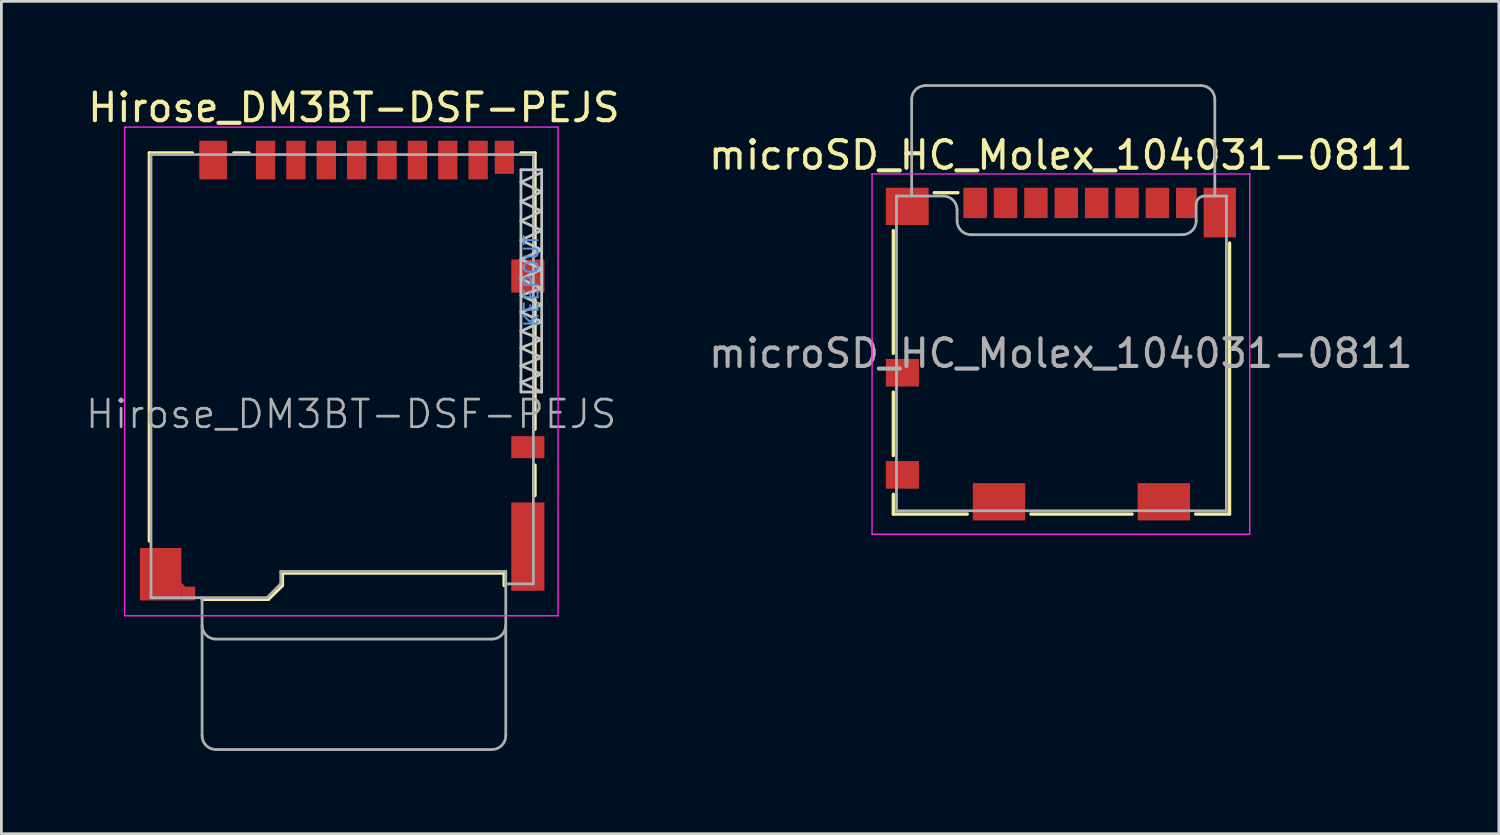
<source format=kicad_pcb>
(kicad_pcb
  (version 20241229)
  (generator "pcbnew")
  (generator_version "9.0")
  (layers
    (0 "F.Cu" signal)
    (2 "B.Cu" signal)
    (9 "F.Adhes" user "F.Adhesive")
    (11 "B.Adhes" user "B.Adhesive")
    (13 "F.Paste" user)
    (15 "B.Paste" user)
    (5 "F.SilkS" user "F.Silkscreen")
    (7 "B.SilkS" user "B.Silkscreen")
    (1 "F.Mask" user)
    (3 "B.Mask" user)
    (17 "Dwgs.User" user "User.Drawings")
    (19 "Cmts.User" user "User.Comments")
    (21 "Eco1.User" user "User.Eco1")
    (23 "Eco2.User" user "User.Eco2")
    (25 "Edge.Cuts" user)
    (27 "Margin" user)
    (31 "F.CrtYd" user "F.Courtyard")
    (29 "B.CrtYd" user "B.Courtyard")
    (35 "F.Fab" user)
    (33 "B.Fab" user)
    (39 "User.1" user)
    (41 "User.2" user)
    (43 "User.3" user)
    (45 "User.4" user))
  (footprint "Hirose_DM3BT-DSF-PEJS"
    (layer "F.Cu")
    (at 9.344 10.373)
    (property "Reference" "Hirose_DM3BT-DSF-PEJS" (at 0.425 -9.525 0) (layer "F.SilkS") (effects (font (size 1 1) (thickness 0.15))))
    (attr smd)
    (fp_line (start -6.985 -7.885) (end -6.985 6.175) (stroke (width 0.12) (type solid)) (layer "F.SilkS"))
    (fp_line (start -6.985 -7.885) (end -5.425 -7.885) (stroke (width 0.12) (type solid)) (layer "F.SilkS"))
    (fp_line (start -5.075 8.285) (end -2.675 8.285) (stroke (width 0.12) (type solid)) (layer "F.SilkS"))
    (fp_line (start -3.375 -7.885) (end -3.925 -7.885) (stroke (width 0.12) (type solid)) (layer "F.SilkS"))
    (fp_line (start -2.665 8.275) (end -2.165 7.785) (stroke (width 0.12) (type solid)) (layer "F.SilkS"))
    (fp_line (start -2.165 7.335) (end -2.165 7.785) (stroke (width 0.12) (type solid)) (layer "F.SilkS"))
    (fp_line (start 5.865 7.335) (end -2.165 7.335) (stroke (width 0.12) (type solid)) (layer "F.SilkS"))
    (fp_line (start 5.865 7.335) (end 5.865 7.785) (stroke (width 0.12) (type solid)) (layer "F.SilkS"))
    (fp_line (start 6.475 -7.885) (end 6.985 -7.885) (stroke (width 0.12) (type solid)) (layer "F.SilkS"))
    (fp_line (start 6.985 -7.885) (end 6.985 -4.275) (stroke (width 0.12) (type solid)) (layer "F.SilkS"))
    (fp_line (start 6.985 -2.575) (end 6.985 2.125) (stroke (width 0.12) (type solid)) (layer "F.SilkS"))
    (fp_line (start 6.985 3.425) (end 6.985 4.525) (stroke (width 0.12) (type solid)) (layer "F.SilkS"))
    (fp_line (start 6.475 -6.825) (end 7.225 -7.175) (stroke (width 0.1) (type solid)) (layer "Dwgs.User"))
    (fp_line (start 6.475 -6.125) (end 7.225 -6.475) (stroke (width 0.1) (type solid)) (layer "Dwgs.User"))
    (fp_line (start 6.475 -5.425) (end 7.225 -5.775) (stroke (width 0.1) (type solid)) (layer "Dwgs.User"))
    (fp_line (start 6.475 -4.725) (end 7.225 -5.075) (stroke (width 0.1) (type solid)) (layer "Dwgs.User"))
    (fp_line (start 6.475 -4.025) (end 7.225 -4.375) (stroke (width 0.1) (type solid)) (layer "Dwgs.User"))
    (fp_line (start 6.475 -3.325) (end 7.225 -3.675) (stroke (width 0.1) (type solid)) (layer "Dwgs.User"))
    (fp_line (start 6.475 -2.725) (end 7.225 -2.975) (stroke (width 0.1) (type solid)) (layer "Dwgs.User"))
    (fp_line (start 6.475 -2.125) (end 7.225 -2.375) (stroke (width 0.1) (type solid)) (layer "Dwgs.User"))
    (fp_line (start 6.475 -1.425) (end 7.225 -1.775) (stroke (width 0.1) (type solid)) (layer "Dwgs.User"))
    (fp_line (start 6.475 -0.825) (end 7.225 -1.125) (stroke (width 0.1) (type solid)) (layer "Dwgs.User"))
    (fp_line (start 6.475 -0.175) (end 7.225 -0.475) (stroke (width 0.1) (type solid)) (layer "Dwgs.User"))
    (fp_line (start 6.475 0.425) (end 7.225 0.125) (stroke (width 0.1) (type solid)) (layer "Dwgs.User"))
    (fp_line (start 6.475 0.775) (end 6.475 -7.275) (stroke (width 0.1) (type solid)) (layer "Dwgs.User"))
    (fp_line (start 7.225 -7.275) (end 6.475 -7.275) (stroke (width 0.1) (type solid)) (layer "Dwgs.User"))
    (fp_line (start 7.225 -6.475) (end 6.475 -6.825) (stroke (width 0.1) (type solid)) (layer "Dwgs.User"))
    (fp_line (start 7.225 -5.775) (end 6.475 -6.125) (stroke (width 0.1) (type solid)) (layer "Dwgs.User"))
    (fp_line (start 7.225 -5.075) (end 6.475 -5.425) (stroke (width 0.1) (type solid)) (layer "Dwgs.User"))
    (fp_line (start 7.225 -4.375) (end 6.475 -4.725) (stroke (width 0.1) (type solid)) (layer "Dwgs.User"))
    (fp_line (start 7.225 -3.675) (end 6.475 -4.025) (stroke (width 0.1) (type solid)) (layer "Dwgs.User"))
    (fp_line (start 7.225 -2.975) (end 6.475 -3.325) (stroke (width 0.1) (type solid)) (layer "Dwgs.User"))
    (fp_line (start 7.225 -2.375) (end 6.475 -2.725) (stroke (width 0.1) (type solid)) (layer "Dwgs.User"))
    (fp_line (start 7.225 -1.775) (end 6.475 -2.125) (stroke (width 0.1) (type solid)) (layer "Dwgs.User"))
    (fp_line (start 7.225 -1.125) (end 6.475 -1.425) (stroke (width 0.1) (type solid)) (layer "Dwgs.User"))
    (fp_line (start 7.225 -0.475) (end 6.475 -0.825) (stroke (width 0.1) (type solid)) (layer "Dwgs.User"))
    (fp_line (start 7.225 0.125) (end 6.475 -0.175) (stroke (width 0.1) (type solid)) (layer "Dwgs.User"))
    (fp_line (start 7.225 0.775) (end 6.475 0.425) (stroke (width 0.1) (type solid)) (layer "Dwgs.User"))
    (fp_line (start 7.225 0.775) (end 6.475 0.775) (stroke (width 0.1) (type solid)) (layer "Dwgs.User"))
    (fp_line (start 7.225 0.775) (end 7.225 -7.275) (stroke (width 0.1) (type solid)) (layer "Dwgs.User"))
    (fp_line (start -7.88 -8.82) (end 7.82 -8.82) (stroke (width 0.05) (type solid)) (layer "F.CrtYd"))
    (fp_line (start -7.88 8.88) (end -7.88 -8.82) (stroke (width 0.05) (type solid)) (layer "F.CrtYd"))
    (fp_line (start 7.82 -8.82) (end 7.82 8.88) (stroke (width 0.05) (type solid)) (layer "F.CrtYd"))
    (fp_line (start 7.82 8.88) (end -7.88 8.88) (stroke (width 0.05) (type solid)) (layer "F.CrtYd"))
    (fp_line (start -6.925 -7.825) (end 6.925 -7.825) (stroke (width 0.1) (type solid)) (layer "F.Fab"))
    (fp_line (start -6.925 8.225) (end -6.925 -7.825) (stroke (width 0.1) (type solid)) (layer "F.Fab"))
    (fp_line (start -6.925 8.225) (end -2.725 8.225) (stroke (width 0.1) (type solid)) (layer "F.Fab"))
    (fp_line (start -5.075 8.225) (end -5.075 13.225) (stroke (width 0.1) (type solid)) (layer "F.Fab"))
    (fp_line (start -4.575 9.725) (end 5.425 9.725) (stroke (width 0.1) (type solid)) (layer "F.Fab"))
    (fp_line (start -4.575 13.725) (end 5.425 13.725) (stroke (width 0.1) (type solid)) (layer "F.Fab"))
    (fp_line (start -2.225 7.275) (end -2.225 7.725) (stroke (width 0.1) (type solid)) (layer "F.Fab"))
    (fp_line (start -2.225 7.275) (end 5.925 7.275) (stroke (width 0.1) (type solid)) (layer "F.Fab"))
    (fp_line (start -2.225 7.725) (end -2.725 8.225) (stroke (width 0.1) (type solid)) (layer "F.Fab"))
    (fp_line (start 5.925 13.225) (end 5.925 7.275) (stroke (width 0.1) (type solid)) (layer "F.Fab"))
    (fp_line (start 6.925 7.725) (end 5.925 7.725) (stroke (width 0.1) (type solid)) (layer "F.Fab"))
    (fp_line (start 6.925 7.725) (end 6.925 -7.825) (stroke (width 0.1) (type solid)) (layer "F.Fab"))
    (fp_arc (start -4.575 9.725) (mid -4.928553 9.578553) (end -5.075 9.225) (stroke (width 0.1) (type solid)) (layer "F.Fab"))
    (fp_arc (start -4.575 13.725) (mid -4.928553 13.578553) (end -5.075 13.225) (stroke (width 0.1) (type solid)) (layer "F.Fab"))
    (fp_arc (start 5.925 9.225) (mid 5.778553 9.578553) (end 5.425 9.725) (stroke (width 0.1) (type solid)) (layer "F.Fab"))
    (fp_arc (start 5.925 13.225) (mid 5.778553 13.578553) (end 5.425 13.725) (stroke (width 0.1) (type solid)) (layer "F.Fab"))
    (fp_text user "KEEPOUT" (at 6.85 -3.25 90) (layer "Cmts.User") (effects (font (size 0.5 0.5) (thickness 0.07))))
    (fp_text user "${REFERENCE}" (at 0.325 1.575 0) (layer "F.Fab") (effects (font (size 1 1) (thickness 0.1))))
    (pad "1" smd rect (at -2.775 -7.625) (size 0.7 1.4) (layers "F.Cu" "F.Mask" "F.Paste"))
    (pad "2" smd rect (at -1.675 -7.625) (size 0.7 1.4) (layers "F.Cu" "F.Mask" "F.Paste"))
    (pad "3" smd rect (at -0.575 -7.625) (size 0.7 1.4) (layers "F.Cu" "F.Mask" "F.Paste"))
    (pad "4" smd rect (at 0.525 -7.625) (size 0.7 1.4) (layers "F.Cu" "F.Mask" "F.Paste"))
    (pad "5" smd rect (at 1.625 -7.625) (size 0.7 1.4) (layers "F.Cu" "F.Mask" "F.Paste"))
    (pad "6" smd rect (at 2.725 -7.625) (size 0.7 1.4) (layers "F.Cu" "F.Mask" "F.Paste"))
    (pad "7" smd rect (at 3.825 -7.625) (size 0.7 1.4) (layers "F.Cu" "F.Mask" "F.Paste"))
    (pad "8" smd rect (at 4.925 -7.625) (size 0.7 1.4) (layers "F.Cu" "F.Mask" "F.Paste"))
    (pad "9" smd rect (at 5.875 -7.725) (size 0.7 1.2) (layers "F.Cu" "F.Mask" "F.Paste"))
    (pad "10" smd rect (at 6.725 2.775) (size 1.2 0.8) (layers "F.Cu" "F.Mask" "F.Paste"))
    (pad "11" smd rect (at -6.575 7.375) (size 1.5 1.9) (layers "F.Cu" "F.Mask" "F.Paste"))
    (pad "11" smd rect (at -5.825 7.825 45) (size 0.2 0.2) (layers "F.Cu" "F.Mask" "F.Paste"))
    (pad "11" smd rect (at -5.575 8.075) (size 0.5 0.5) (layers "F.Cu" "F.Mask" "F.Paste"))
    (pad "11" smd rect (at -4.675 -7.625) (size 1 1.4) (layers "F.Cu" "F.Mask" "F.Paste"))
    (pad "11" smd rect (at 6.725 -3.425) (size 1.2 1.2) (layers "F.Cu" "F.Mask" "F.Paste"))
    (pad "11" smd rect (at 6.725 6.375) (size 1.2 3.2) (layers "F.Cu" "F.Mask" "F.Paste")))
  (footprint "microSD_HC_Molex_104031-0811"
    (layer "F.Cu")
    (at 35.376 9.75)
    (property "Reference" "microSD_HC_Molex_104031-0811" (at 0 -7.18 0) (layer "F.SilkS") (effects (font (size 1 1) (thickness 0.15))))
    (attr smd)
    (fp_line (start -6.07 -4.45) (end -6.07 0) (stroke (width 0.12) (type solid)) (layer "F.SilkS"))
    (fp_line (start -6.07 1.4) (end -6.07 3.7) (stroke (width 0.12) (type solid)) (layer "F.SilkS"))
    (fp_line (start -6.07 5.1) (end -6.07 5.82) (stroke (width 0.12) (type solid)) (layer "F.SilkS"))
    (fp_line (start -6.07 5.82) (end -3.39 5.82) (stroke (width 0.12) (type solid)) (layer "F.SilkS"))
    (fp_line (start -4.59 -5.82) (end -3.73 -5.82) (stroke (width 0.12) (type solid)) (layer "F.SilkS"))
    (fp_line (start -1.09 5.82) (end 2.58 5.82) (stroke (width 0.12) (type solid)) (layer "F.SilkS"))
    (fp_line (start 4.88 5.82) (end 6.11 5.82) (stroke (width 0.12) (type solid)) (layer "F.SilkS"))
    (fp_line (start 6.11 5.82) (end 6.11 -4) (stroke (width 0.12) (type solid)) (layer "F.SilkS"))
    (fp_line (start -6.84 -6.5) (end 6.84 -6.5) (stroke (width 0.05) (type solid)) (layer "F.CrtYd"))
    (fp_line (start -6.84 6.55) (end -6.84 -6.5) (stroke (width 0.05) (type solid)) (layer "F.CrtYd"))
    (fp_line (start 6.84 -6.5) (end 6.84 6.55) (stroke (width 0.05) (type solid)) (layer "F.CrtYd"))
    (fp_line (start 6.84 6.55) (end -6.84 6.55) (stroke (width 0.05) (type solid)) (layer "F.CrtYd"))
    (fp_line (start -5.955 -5.7) (end -5.955 5.7) (stroke (width 0.1) (type solid)) (layer "F.Fab"))
    (fp_line (start -5.955 -5.7) (end -4.26 -5.7) (stroke (width 0.1) (type solid)) (layer "F.Fab"))
    (fp_line (start -5.405 -9.2) (end -5.405 -5.7) (stroke (width 0.1) (type solid)) (layer "F.Fab"))
    (fp_line (start -3.76 -4.8) (end -3.76 -5.2) (stroke (width 0.1) (type solid)) (layer "F.Fab"))
    (fp_line (start 4.4 -4.3) (end -3.26 -4.3) (stroke (width 0.1) (type solid)) (layer "F.Fab"))
    (fp_line (start 4.9 -5.4) (end 4.9 -4.8) (stroke (width 0.1) (type solid)) (layer "F.Fab"))
    (fp_line (start 5.075 -9.7) (end -4.905 -9.7) (stroke (width 0.1) (type solid)) (layer "F.Fab"))
    (fp_line (start 5.575 -5.7) (end 5.575 -9.2) (stroke (width 0.1) (type solid)) (layer "F.Fab"))
    (fp_line (start 5.995 -5.7) (end 5.21 -5.7) (stroke (width 0.1) (type solid)) (layer "F.Fab"))
    (fp_line (start 5.995 5.7) (end -5.955 5.7) (stroke (width 0.1) (type solid)) (layer "F.Fab"))
    (fp_line (start 5.995 5.7) (end 5.995 -5.7) (stroke (width 0.1) (type solid)) (layer "F.Fab"))
    (fp_arc (start -5.405 -9.2) (mid -5.258553 -9.553553) (end -4.905 -9.7) (stroke (width 0.1) (type solid)) (layer "F.Fab"))
    (fp_arc (start -4.26 -5.7) (mid -3.906447 -5.553553) (end -3.76 -5.2) (stroke (width 0.1) (type solid)) (layer "F.Fab"))
    (fp_arc (start -3.26 -4.3) (mid -3.613553 -4.446447) (end -3.76 -4.8) (stroke (width 0.1) (type solid)) (layer "F.Fab"))
    (fp_arc (start 4.9 -5.4) (mid 4.987868 -5.612132) (end 5.2 -5.7) (stroke (width 0.1) (type solid)) (layer "F.Fab"))
    (fp_arc (start 4.9 -4.8) (mid 4.753553 -4.446447) (end 4.4 -4.3) (stroke (width 0.1) (type solid)) (layer "F.Fab"))
    (fp_arc (start 5.075 -9.7) (mid 5.428553 -9.553553) (end 5.575 -9.2) (stroke (width 0.1) (type solid)) (layer "F.Fab"))
    (fp_text user "${REFERENCE}" (at 0 0 0) (layer "F.Fab") (effects (font (size 1 1) (thickness 0.15))))
    (pad "1" smd rect (at -3.105 -5.45) (size 0.85 1.1) (layers "F.Cu" "F.Mask" "F.Paste"))
    (pad "2" smd rect (at -2.005 -5.45) (size 0.85 1.1) (layers "F.Cu" "F.Mask" "F.Paste"))
    (pad "3" smd rect (at -0.905 -5.45) (size 0.85 1.1) (layers "F.Cu" "F.Mask" "F.Paste"))
    (pad "4" smd rect (at 0.195 -5.45) (size 0.85 1.1) (layers "F.Cu" "F.Mask" "F.Paste"))
    (pad "5" smd rect (at 1.295 -5.45) (size 0.85 1.1) (layers "F.Cu" "F.Mask" "F.Paste"))
    (pad "6" smd rect (at 2.395 -5.45) (size 0.85 1.1) (layers "F.Cu" "F.Mask" "F.Paste"))
    (pad "7" smd rect (at 3.495 -5.45) (size 0.85 1.1) (layers "F.Cu" "F.Mask" "F.Paste"))
    (pad "8" smd rect (at 4.545 -5.45) (size 0.75 1.1) (layers "F.Cu" "F.Mask" "F.Paste"))
    (pad "9" smd rect (at -5.74 0.7) (size 1.2 1) (layers "F.Cu" "F.Mask" "F.Paste"))
    (pad "10" smd rect (at -5.74 4.4) (size 1.2 1) (layers "F.Cu" "F.Mask" "F.Paste"))
    (pad "11" smd rect (at -5.565 -5.325) (size 1.55 1.35) (layers "F.Cu" "F.Mask" "F.Paste"))
    (pad "11" smd rect (at -2.24 5.375) (size 1.9 1.35) (layers "F.Cu" "F.Mask" "F.Paste"))
    (pad "11" smd rect (at 3.73 5.375) (size 1.9 1.35) (layers "F.Cu" "F.Mask" "F.Paste"))
    (pad "11" smd rect (at 5.755 -5.1) (size 1.17 1.8) (layers "F.Cu" "F.Mask" "F.Paste")))
  (gr_rect
    (start -3 -3)
    (end 51.239 27.148)
    (stroke (width 0.1) (type default))
    (fill no)
    (layer "Edge.Cuts")))
</source>
